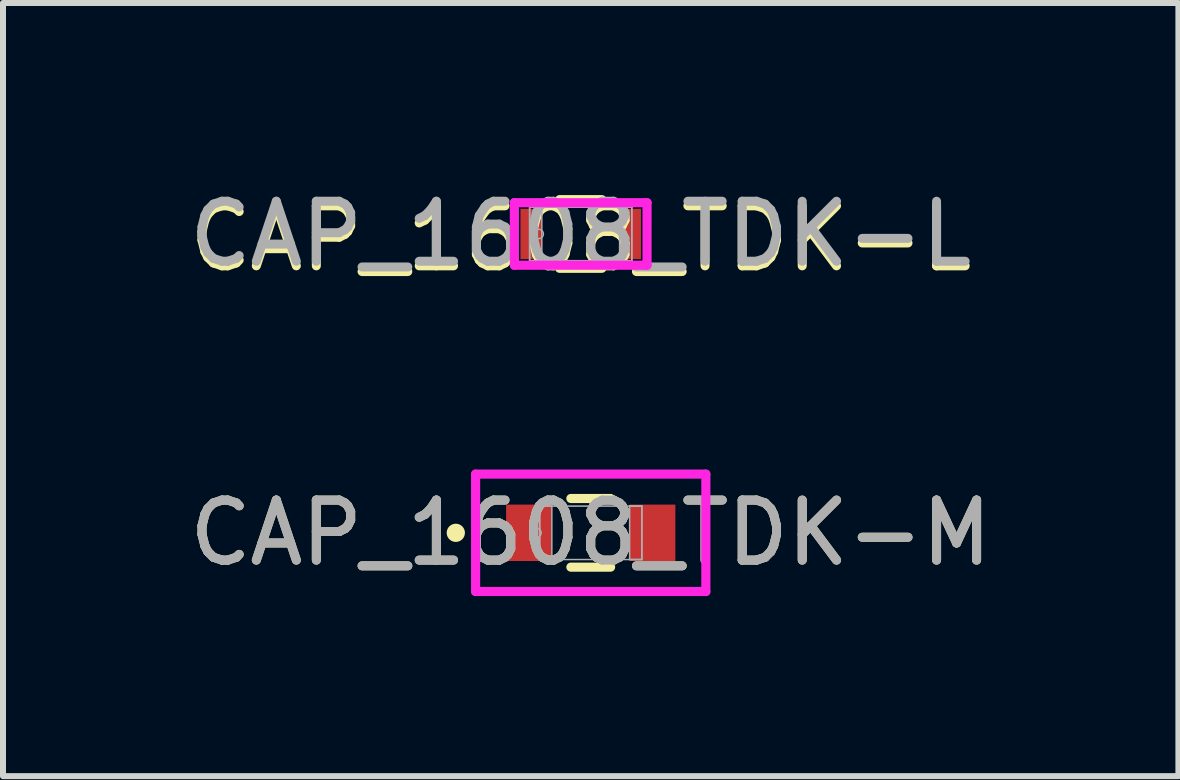
<source format=kicad_pcb>
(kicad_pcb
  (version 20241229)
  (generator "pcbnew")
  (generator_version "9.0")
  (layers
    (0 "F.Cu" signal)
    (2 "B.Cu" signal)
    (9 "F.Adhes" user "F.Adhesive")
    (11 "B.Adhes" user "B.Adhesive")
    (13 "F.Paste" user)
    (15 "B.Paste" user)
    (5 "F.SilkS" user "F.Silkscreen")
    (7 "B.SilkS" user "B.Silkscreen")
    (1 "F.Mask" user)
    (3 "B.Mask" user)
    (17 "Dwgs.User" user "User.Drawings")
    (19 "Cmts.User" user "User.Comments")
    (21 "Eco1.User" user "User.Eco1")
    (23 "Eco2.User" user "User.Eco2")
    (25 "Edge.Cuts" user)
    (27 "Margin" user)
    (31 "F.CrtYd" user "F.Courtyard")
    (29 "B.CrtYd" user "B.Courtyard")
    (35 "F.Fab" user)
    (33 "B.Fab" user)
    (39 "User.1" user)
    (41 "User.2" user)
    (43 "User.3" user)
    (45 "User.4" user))
  (footprint "CAP_1608_TDK-M"
    (layer "F.Cu")
    (at 6.792 5.827)
    (property "Reference" "CAP_1608_TDK-M" (at 0 0 0) (unlocked yes) (layer "F.SilkS") (effects (font (size 1 1) (thickness 0.15))))
    (attr smd)
    (fp_line (start -0.331 0.572) (end 0.331 0.572) (stroke (width 0.152) (type solid)) (layer "F.SilkS"))
    (fp_line (start 0.331 -0.572) (end -0.331 -0.572) (stroke (width 0.152) (type solid)) (layer "F.SilkS"))
    (fp_circle (center -2.248 0) (end -2.172 0) (stroke (width 0.152) (type solid)) (fill no) (layer "F.SilkS"))
    (fp_line (start -1.918 -0.978) (end 1.918 -0.978) (stroke (width 0.152) (type solid)) (layer "F.CrtYd"))
    (fp_line (start -1.918 0.978) (end -1.918 -0.978) (stroke (width 0.152) (type solid)) (layer "F.CrtYd"))
    (fp_line (start 1.918 -0.978) (end 1.918 0.978) (stroke (width 0.152) (type solid)) (layer "F.CrtYd"))
    (fp_line (start 1.918 0.978) (end -1.918 0.978) (stroke (width 0.152) (type solid)) (layer "F.CrtYd"))
    (fp_line (start -0.851 -0.445) (end -0.851 0.445) (stroke (width 0.025) (type solid)) (layer "F.Fab"))
    (fp_line (start -0.851 -0.445) (end -0.851 0.445) (stroke (width 0.025) (type solid)) (layer "F.Fab"))
    (fp_line (start -0.851 0.445) (end -0.648 0.445) (stroke (width 0.025) (type solid)) (layer "F.Fab"))
    (fp_line (start -0.851 0.445) (end 0.851 0.445) (stroke (width 0.025) (type solid)) (layer "F.Fab"))
    (fp_line (start -0.648 -0.445) (end -0.851 -0.445) (stroke (width 0.025) (type solid)) (layer "F.Fab"))
    (fp_line (start -0.648 0.445) (end -0.648 -0.445) (stroke (width 0.025) (type solid)) (layer "F.Fab"))
    (fp_line (start 0.648 -0.445) (end 0.648 0.445) (stroke (width 0.025) (type solid)) (layer "F.Fab"))
    (fp_line (start 0.648 0.445) (end 0.851 0.445) (stroke (width 0.025) (type solid)) (layer "F.Fab"))
    (fp_line (start 0.851 -0.445) (end -0.851 -0.445) (stroke (width 0.025) (type solid)) (layer "F.Fab"))
    (fp_line (start 0.851 -0.445) (end 0.648 -0.445) (stroke (width 0.025) (type solid)) (layer "F.Fab"))
    (fp_line (start 0.851 0.445) (end 0.851 -0.445) (stroke (width 0.025) (type solid)) (layer "F.Fab"))
    (fp_line (start 0.851 0.445) (end 0.851 -0.445) (stroke (width 0.025) (type solid)) (layer "F.Fab"))
    (fp_circle (center -0.902 0) (end -0.826 0) (stroke (width 0.025) (type solid)) (fill no) (layer "F.Fab"))
    (fp_text user "${REFERENCE}" (at 0 0 0) (unlocked yes) (layer "F.Fab") (effects (font (size 1 1) (thickness 0.15))))
    (pad "1" smd rect (at -1.029 0) (size 0.762 0.94) (layers "F.Cu" "F.Mask" "F.Paste"))
    (pad "2" smd rect (at 1.029 0) (size 0.762 0.94) (layers "F.Cu" "F.Mask" "F.Paste"))
    (zone (net_name "") (layer "F.Cu") (hatch full 0.508) (connect_pads) (min_thickness 0.254) (filled_areas_thickness no) (keepout (tracks not_allowed) (vias not_allowed) (pads allowed) (copperpour not_allowed) (footprints allowed)) (placement (enabled no)) (fill) (polygon (pts (xy 6.195 5.433) (xy 7.389 5.433) (xy 7.389 6.221) (xy 6.195 6.221)))))
  (footprint "CAP_1608_TDK-L"
    (layer "F.Cu")
    (at 6.625 0.848)
    (property "Reference" "CAP_1608_TDK-L" (at 0 0.076 0) (unlocked yes) (layer "F.SilkS") (effects (font (size 1 1) (thickness 0.15))))
    (attr smd)
    (fp_line (start -0.352 0.572) (end 0.352 0.572) (stroke (width 0.152) (type solid)) (layer "F.SilkS"))
    (fp_line (start 0.352 -0.572) (end -0.352 -0.572) (stroke (width 0.152) (type solid)) (layer "F.SilkS"))
    (fp_line (start -1.105 -0.521) (end 1.105 -0.521) (stroke (width 0.152) (type solid)) (layer "F.CrtYd"))
    (fp_line (start -1.105 0.521) (end -1.105 -0.521) (stroke (width 0.152) (type solid)) (layer "F.CrtYd"))
    (fp_line (start 1.105 -0.521) (end 1.105 0.521) (stroke (width 0.152) (type solid)) (layer "F.CrtYd"))
    (fp_line (start 1.105 0.521) (end -1.105 0.521) (stroke (width 0.152) (type solid)) (layer "F.CrtYd"))
    (fp_line (start -0.851 -0.445) (end -0.851 0.445) (stroke (width 0.025) (type solid)) (layer "F.Fab"))
    (fp_line (start -0.851 -0.445) (end -0.851 0.445) (stroke (width 0.025) (type solid)) (layer "F.Fab"))
    (fp_line (start -0.851 0.445) (end -0.648 0.445) (stroke (width 0.025) (type solid)) (layer "F.Fab"))
    (fp_line (start -0.851 0.445) (end 0.851 0.445) (stroke (width 0.025) (type solid)) (layer "F.Fab"))
    (fp_line (start -0.648 -0.445) (end -0.851 -0.445) (stroke (width 0.025) (type solid)) (layer "F.Fab"))
    (fp_line (start -0.648 0.445) (end -0.648 -0.445) (stroke (width 0.025) (type solid)) (layer "F.Fab"))
    (fp_line (start 0.648 -0.445) (end 0.648 0.445) (stroke (width 0.025) (type solid)) (layer "F.Fab"))
    (fp_line (start 0.648 0.445) (end 0.851 0.445) (stroke (width 0.025) (type solid)) (layer "F.Fab"))
    (fp_line (start 0.851 -0.445) (end -0.851 -0.445) (stroke (width 0.025) (type solid)) (layer "F.Fab"))
    (fp_line (start 0.851 -0.445) (end 0.648 -0.445) (stroke (width 0.025) (type solid)) (layer "F.Fab"))
    (fp_line (start 0.851 0.445) (end 0.851 -0.445) (stroke (width 0.025) (type solid)) (layer "F.Fab"))
    (fp_line (start 0.851 0.445) (end 0.851 -0.445) (stroke (width 0.025) (type solid)) (layer "F.Fab"))
    (fp_circle (center -0.699 0) (end -0.622 0) (stroke (width 0.025) (type solid)) (fill no) (layer "F.Fab"))
    (fp_text user "${REFERENCE}" (at 0 0 0) (unlocked yes) (layer "F.Fab") (effects (font (size 1 1) (thickness 0.15))))
    (pad "1" smd rect (at -0.826 0) (size 0.356 0.838) (layers "F.Cu" "F.Mask" "F.Paste"))
    (pad "2" smd rect (at 0.826 0) (size 0.356 0.838) (layers "F.Cu" "F.Mask" "F.Paste")))
  (gr_rect
    (start -3 -3)
    (end 16.583 9.881)
    (stroke (width 0.1) (type default))
    (fill no)
    (layer "Edge.Cuts")))
</source>
